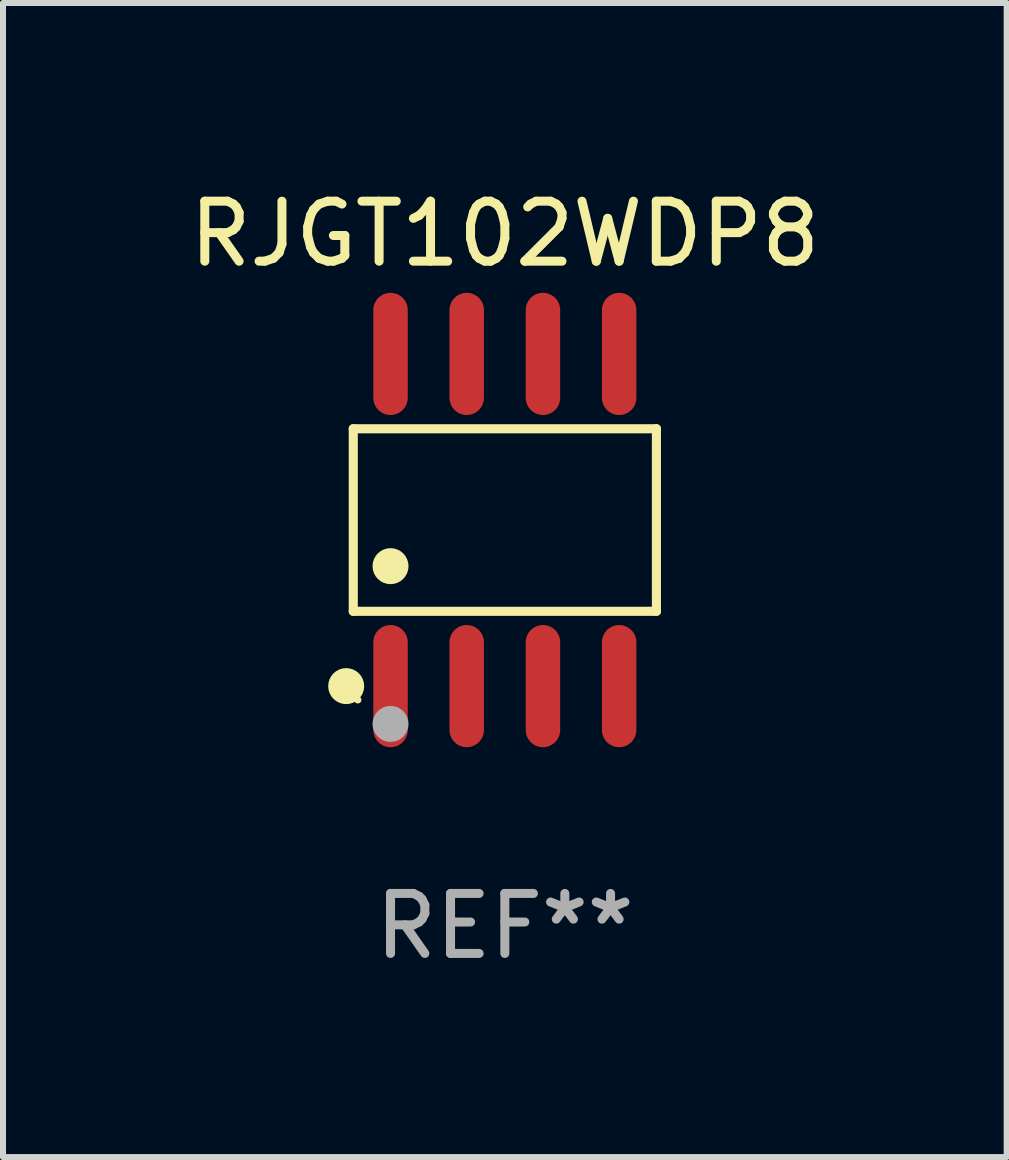
<source format=kicad_pcb>
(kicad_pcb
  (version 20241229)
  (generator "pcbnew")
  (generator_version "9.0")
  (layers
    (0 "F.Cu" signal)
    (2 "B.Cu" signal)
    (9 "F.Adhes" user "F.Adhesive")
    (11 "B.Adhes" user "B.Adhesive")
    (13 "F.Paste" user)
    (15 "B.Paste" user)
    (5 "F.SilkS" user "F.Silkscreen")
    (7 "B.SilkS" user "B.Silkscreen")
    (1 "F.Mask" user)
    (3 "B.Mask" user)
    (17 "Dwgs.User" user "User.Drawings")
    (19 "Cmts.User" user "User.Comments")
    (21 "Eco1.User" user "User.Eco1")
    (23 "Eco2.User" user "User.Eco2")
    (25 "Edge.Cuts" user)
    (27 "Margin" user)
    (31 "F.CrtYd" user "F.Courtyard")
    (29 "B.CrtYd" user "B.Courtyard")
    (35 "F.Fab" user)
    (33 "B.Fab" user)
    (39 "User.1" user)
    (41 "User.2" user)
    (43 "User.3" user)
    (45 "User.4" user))
  (footprint "RJGT102WDP8"
    (layer "F.Cu")
    (at 5.363 5.616)
    (property "Reference" "RJGT102WDP8" (at 0 -4.768 0) (layer "F.SilkS") (effects (font (size 1 1) (thickness 0.15))))
    (attr through_hole)
    (fp_line (start -2.526 -1.521) (end 2.526 -1.521) (stroke (width 0.152) (type solid)) (layer "F.SilkS"))
    (fp_line (start -2.526 1.521) (end -2.526 -1.521) (stroke (width 0.152) (type solid)) (layer "F.SilkS"))
    (fp_line (start 2.526 -1.521) (end 2.526 1.521) (stroke (width 0.152) (type solid)) (layer "F.SilkS"))
    (fp_line (start 2.526 1.521) (end -2.526 1.521) (stroke (width 0.152) (type solid)) (layer "F.SilkS"))
    (fp_circle (center -2.644 2.768) (end -2.494 2.768) (stroke (width 0.3) (type solid)) (fill no) (layer "F.SilkS"))
    (fp_circle (center -2.45 2.998) (end -2.42 2.998) (stroke (width 0.06) (type solid)) (fill no) (layer "F.SilkS"))
    (fp_circle (center -1.905 0.769) (end -1.755 0.769) (stroke (width 0.3) (type solid)) (fill no) (layer "F.SilkS"))
    (fp_circle (center -1.905 3.398) (end -1.755 3.398) (stroke (width 0.3) (type solid)) (fill no) (layer "F.Fab"))
    (fp_text user "REF**" (at 0 6.768 0) (layer "F.Fab") (effects (font (size 1 1) (thickness 0.15))))
    (pad "1" smd oval (at -1.905 2.768) (size 0.574 2.036) (layers "F.Cu" "F.Mask" "F.Paste"))
    (pad "2" smd oval (at -0.635 2.768) (size 0.574 2.036) (layers "F.Cu" "F.Mask" "F.Paste"))
    (pad "3" smd oval (at 0.635 2.768) (size 0.574 2.036) (layers "F.Cu" "F.Mask" "F.Paste"))
    (pad "4" smd oval (at 1.905 2.768) (size 0.574 2.036) (layers "F.Cu" "F.Mask" "F.Paste"))
    (pad "5" smd oval (at 1.905 -2.768) (size 0.574 2.036) (layers "F.Cu" "F.Mask" "F.Paste"))
    (pad "6" smd oval (at 0.635 -2.768) (size 0.574 2.036) (layers "F.Cu" "F.Mask" "F.Paste"))
    (pad "7" smd oval (at -0.635 -2.768) (size 0.574 2.036) (layers "F.Cu" "F.Mask" "F.Paste"))
    (pad "8" smd oval (at -1.905 -2.768) (size 0.574 2.036) (layers "F.Cu" "F.Mask" "F.Paste")))
  (gr_rect
    (start -3 -3)
    (end 13.726 16.232)
    (stroke (width 0.1) (type default))
    (fill no)
    (layer "Edge.Cuts")))
</source>
